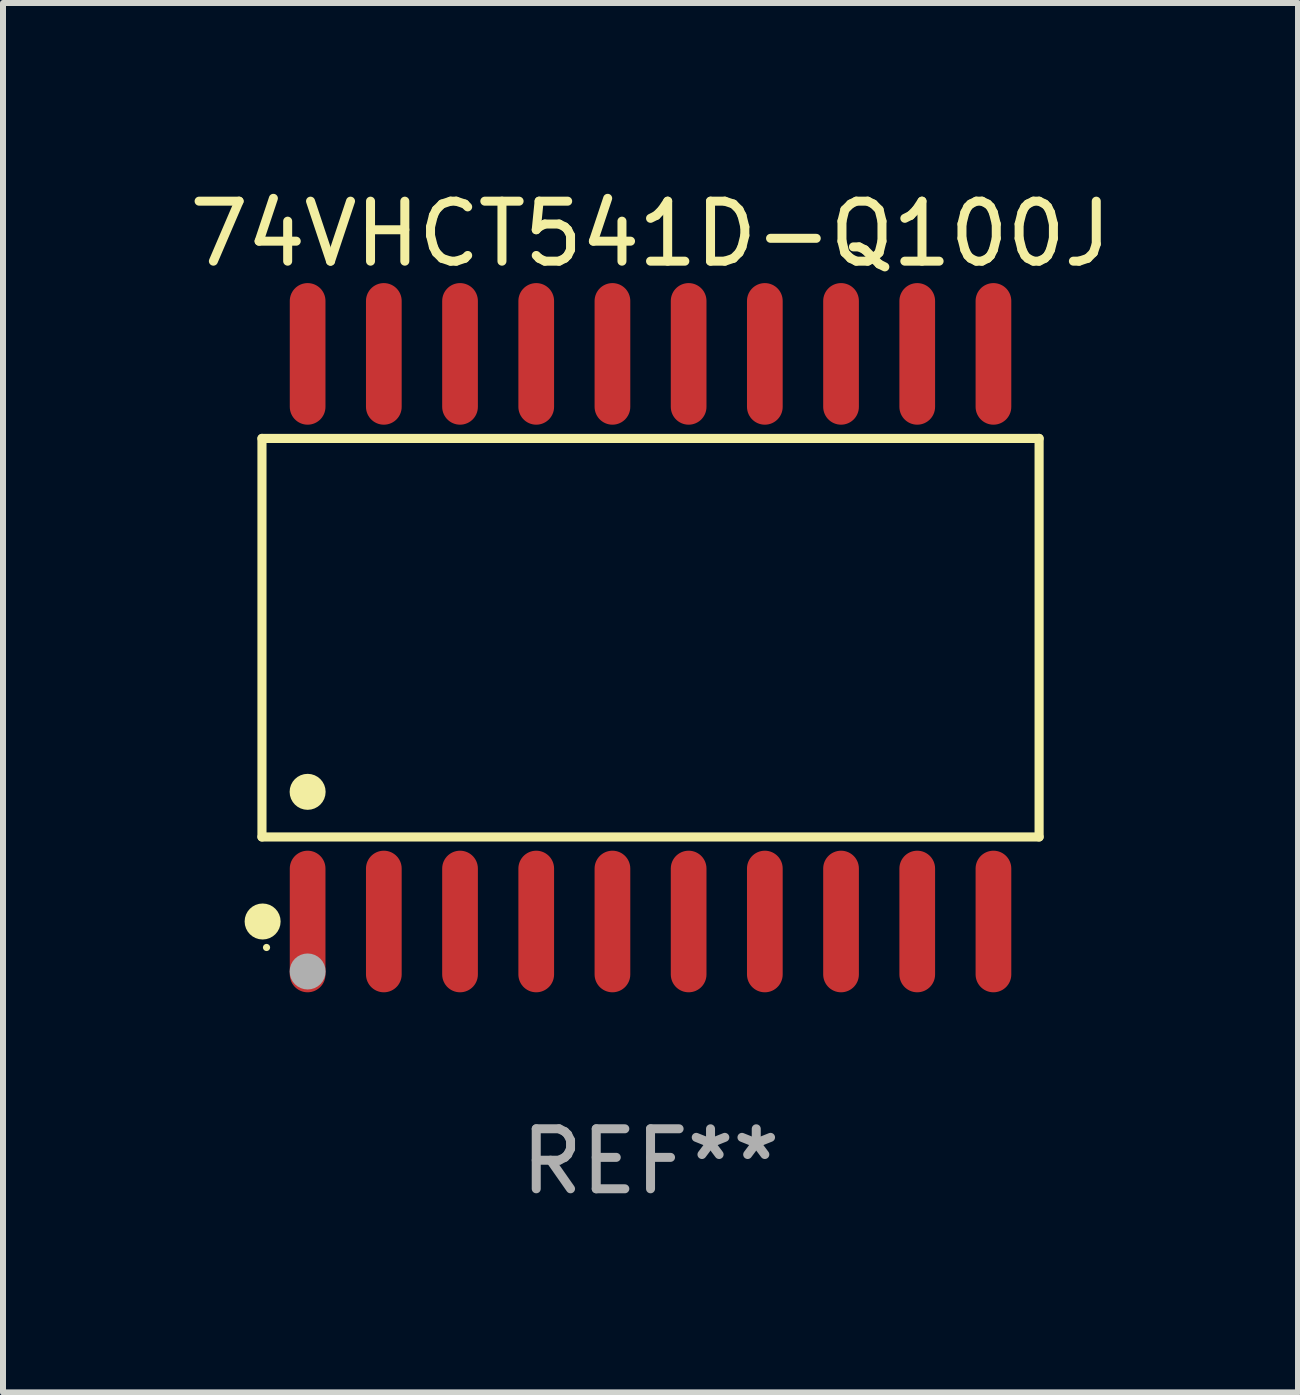
<source format=kicad_pcb>
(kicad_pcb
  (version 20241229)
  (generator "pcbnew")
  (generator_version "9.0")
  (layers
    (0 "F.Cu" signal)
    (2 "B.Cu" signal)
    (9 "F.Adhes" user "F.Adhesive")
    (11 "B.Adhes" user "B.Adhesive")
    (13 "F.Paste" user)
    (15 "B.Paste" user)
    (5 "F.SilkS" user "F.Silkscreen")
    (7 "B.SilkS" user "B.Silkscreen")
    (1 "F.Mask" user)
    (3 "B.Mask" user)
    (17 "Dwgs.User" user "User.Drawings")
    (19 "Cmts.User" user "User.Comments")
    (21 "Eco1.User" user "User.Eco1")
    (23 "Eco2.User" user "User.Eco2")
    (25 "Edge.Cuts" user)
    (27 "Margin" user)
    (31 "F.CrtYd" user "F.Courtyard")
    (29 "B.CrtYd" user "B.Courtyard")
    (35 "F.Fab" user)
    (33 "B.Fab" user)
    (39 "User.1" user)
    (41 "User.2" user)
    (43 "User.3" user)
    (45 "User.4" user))
  (footprint "74VHCT541D-Q100J"
    (layer "F.Cu")
    (at 7.792 7.578)
    (property "Reference" "74VHCT541D-Q100J" (at 0 -6.73 0) (layer "F.SilkS") (effects (font (size 1 1) (thickness 0.15))))
    (attr through_hole)
    (fp_line (start -6.476 -3.321) (end 6.476 -3.321) (stroke (width 0.152) (type solid)) (layer "F.SilkS"))
    (fp_line (start -6.476 3.321) (end -6.476 -3.321) (stroke (width 0.152) (type solid)) (layer "F.SilkS"))
    (fp_line (start 6.476 -3.321) (end 6.476 3.321) (stroke (width 0.152) (type solid)) (layer "F.SilkS"))
    (fp_line (start 6.476 3.321) (end -6.476 3.321) (stroke (width 0.152) (type solid)) (layer "F.SilkS"))
    (fp_circle (center -6.465 4.73) (end -6.315 4.73) (stroke (width 0.3) (type solid)) (fill no) (layer "F.SilkS"))
    (fp_circle (center -6.4 5.163) (end -6.37 5.163) (stroke (width 0.06) (type solid)) (fill no) (layer "F.SilkS"))
    (fp_circle (center -5.715 2.569) (end -5.565 2.569) (stroke (width 0.3) (type solid)) (fill no) (layer "F.SilkS"))
    (fp_circle (center -5.715 5.563) (end -5.565 5.563) (stroke (width 0.3) (type solid)) (fill no) (layer "F.Fab"))
    (fp_text user "REF**" (at 0 8.73 0) (layer "F.Fab") (effects (font (size 1 1) (thickness 0.15))))
    (pad "1" smd oval (at -5.715 4.73) (size 0.595 2.36) (layers "F.Cu" "F.Mask" "F.Paste"))
    (pad "2" smd oval (at -4.445 4.73) (size 0.595 2.36) (layers "F.Cu" "F.Mask" "F.Paste"))
    (pad "3" smd oval (at -3.175 4.73) (size 0.595 2.36) (layers "F.Cu" "F.Mask" "F.Paste"))
    (pad "4" smd oval (at -1.905 4.73) (size 0.595 2.36) (layers "F.Cu" "F.Mask" "F.Paste"))
    (pad "5" smd oval (at -0.635 4.73) (size 0.595 2.36) (layers "F.Cu" "F.Mask" "F.Paste"))
    (pad "6" smd oval (at 0.635 4.73) (size 0.595 2.36) (layers "F.Cu" "F.Mask" "F.Paste"))
    (pad "7" smd oval (at 1.905 4.73) (size 0.595 2.36) (layers "F.Cu" "F.Mask" "F.Paste"))
    (pad "8" smd oval (at 3.175 4.73) (size 0.595 2.36) (layers "F.Cu" "F.Mask" "F.Paste"))
    (pad "9" smd oval (at 4.445 4.73) (size 0.595 2.36) (layers "F.Cu" "F.Mask" "F.Paste"))
    (pad "10" smd oval (at 5.715 4.73) (size 0.595 2.36) (layers "F.Cu" "F.Mask" "F.Paste"))
    (pad "11" smd oval (at 5.715 -4.73) (size 0.595 2.36) (layers "F.Cu" "F.Mask" "F.Paste"))
    (pad "12" smd oval (at 4.445 -4.73) (size 0.595 2.36) (layers "F.Cu" "F.Mask" "F.Paste"))
    (pad "13" smd oval (at 3.175 -4.73) (size 0.595 2.36) (layers "F.Cu" "F.Mask" "F.Paste"))
    (pad "14" smd oval (at 1.905 -4.73) (size 0.595 2.36) (layers "F.Cu" "F.Mask" "F.Paste"))
    (pad "15" smd oval (at 0.635 -4.73) (size 0.595 2.36) (layers "F.Cu" "F.Mask" "F.Paste"))
    (pad "16" smd oval (at -0.635 -4.73) (size 0.595 2.36) (layers "F.Cu" "F.Mask" "F.Paste"))
    (pad "17" smd oval (at -1.905 -4.73) (size 0.595 2.36) (layers "F.Cu" "F.Mask" "F.Paste"))
    (pad "18" smd oval (at -3.175 -4.73) (size 0.595 2.36) (layers "F.Cu" "F.Mask" "F.Paste"))
    (pad "19" smd oval (at -4.445 -4.73) (size 0.595 2.36) (layers "F.Cu" "F.Mask" "F.Paste"))
    (pad "20" smd oval (at -5.715 -4.73) (size 0.595 2.36) (layers "F.Cu" "F.Mask" "F.Paste")))
  (gr_rect
    (start -3 -3)
    (end 18.583 20.156)
    (stroke (width 0.1) (type default))
    (fill no)
    (layer "Edge.Cuts")))
</source>
